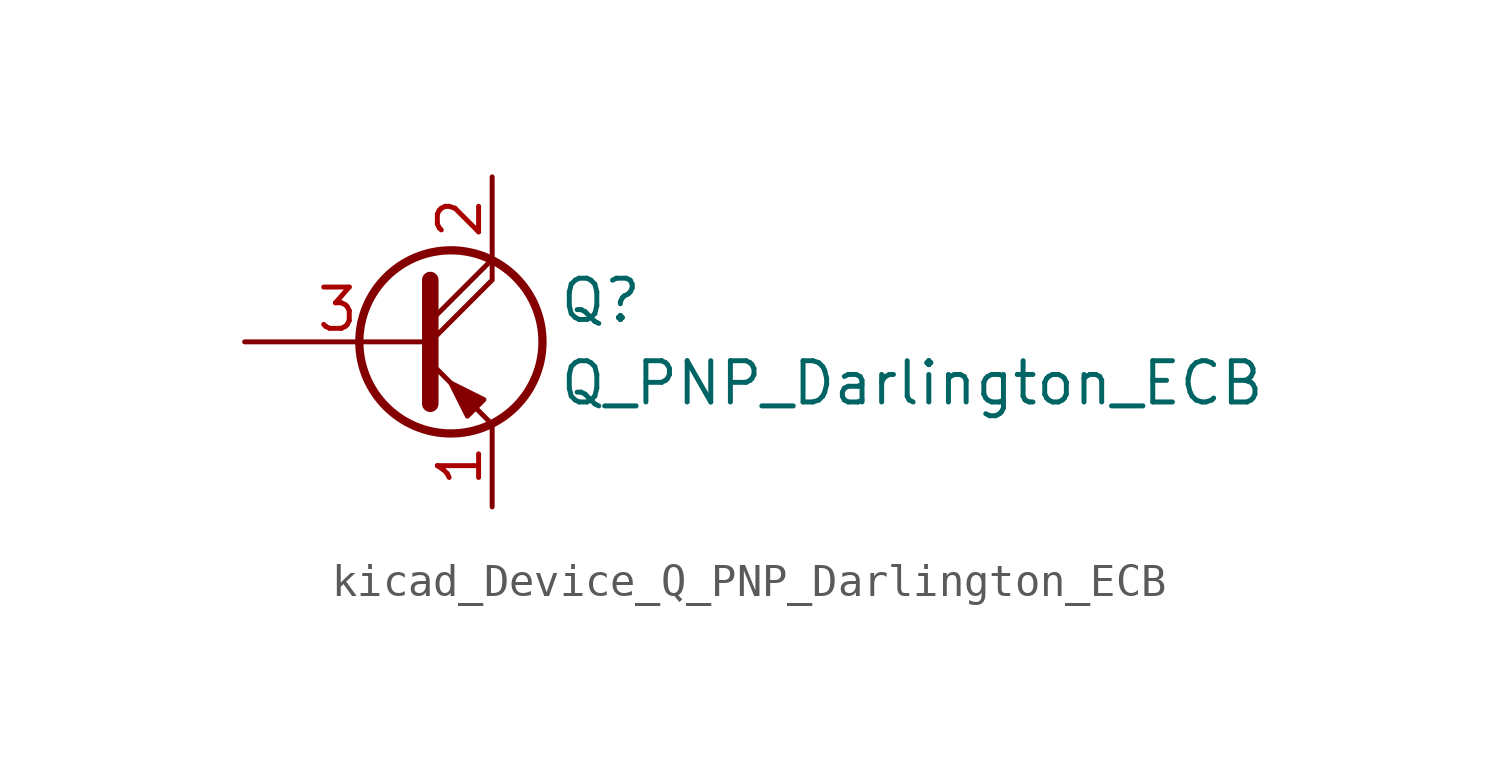
<source format=kicad_sym>
(kicad_symbol_lib
  (version 20220914)
  (generator kicad_symbol_editor)
  (symbol "kicad_Device_Q_PNP_Darlington_ECB"
    (pin_names
      (offset 0) hide)
    (property "Reference" "Q"
      (at 4.572 1.27 0)
      (effects (font (size 1.27 1.27)) (justify left)))
    (property "Value" "Q_PNP_Darlington_ECB"
      (at 4.572 -1.27 0)
      (effects (font (size 1.27 1.27)) (justify left)))
    (symbol "kicad_Device_Q_PNP_Darlington_ECB_0_1"
      (polyline (pts (xy 0.635 0.635) (xy 2.54 2.54)) (stroke (width 0) (type default)) (fill (type none)))
      (polyline (pts (xy 0.635 -0.635) (xy 2.54 -2.54) (xy 2.54 -2.54)) (stroke (width 0) (type default)) (fill (type none)))
      (polyline (pts (xy 0.635 0) (xy 2.54 1.905) (xy 2.54 2.54)) (stroke (width 0) (type default)) (fill (type none)))
      (polyline (pts (xy 0.635 1.905) (xy 0.635 -1.905) (xy 0.635 -1.905)) (stroke (width 0.508) (type default)) (fill (type none)))
      (polyline (pts (xy 2.286 -1.778) (xy 1.778 -2.286) (xy 1.27 -1.27) (xy 2.286 -1.778) (xy 2.286 -1.778)) (stroke (width 0) (type default)) (fill (type outline)))
      (circle (center 1.27 0) (radius 2.819) (stroke (width 0.254) (type default)) (fill (type none))))
    (symbol "kicad_Device_Q_PNP_Darlington_ECB_1_1"
      (pin passive line (at 2.54 -5.08 90) (length 2.54) (name "E" (effects (font (size 1.27 1.27)))) (number "1" (effects (font (size 1.27 1.27)))))
      (pin passive line (at 2.54 5.08 270) (length 2.54) (name "C" (effects (font (size 1.27 1.27)))) (number "2" (effects (font (size 1.27 1.27)))))
      (pin input line (at -5.08 0 0) (length 5.715) (name "B" (effects (font (size 1.27 1.27)))) (number "3" (effects (font (size 1.27 1.27))))))))
</source>
